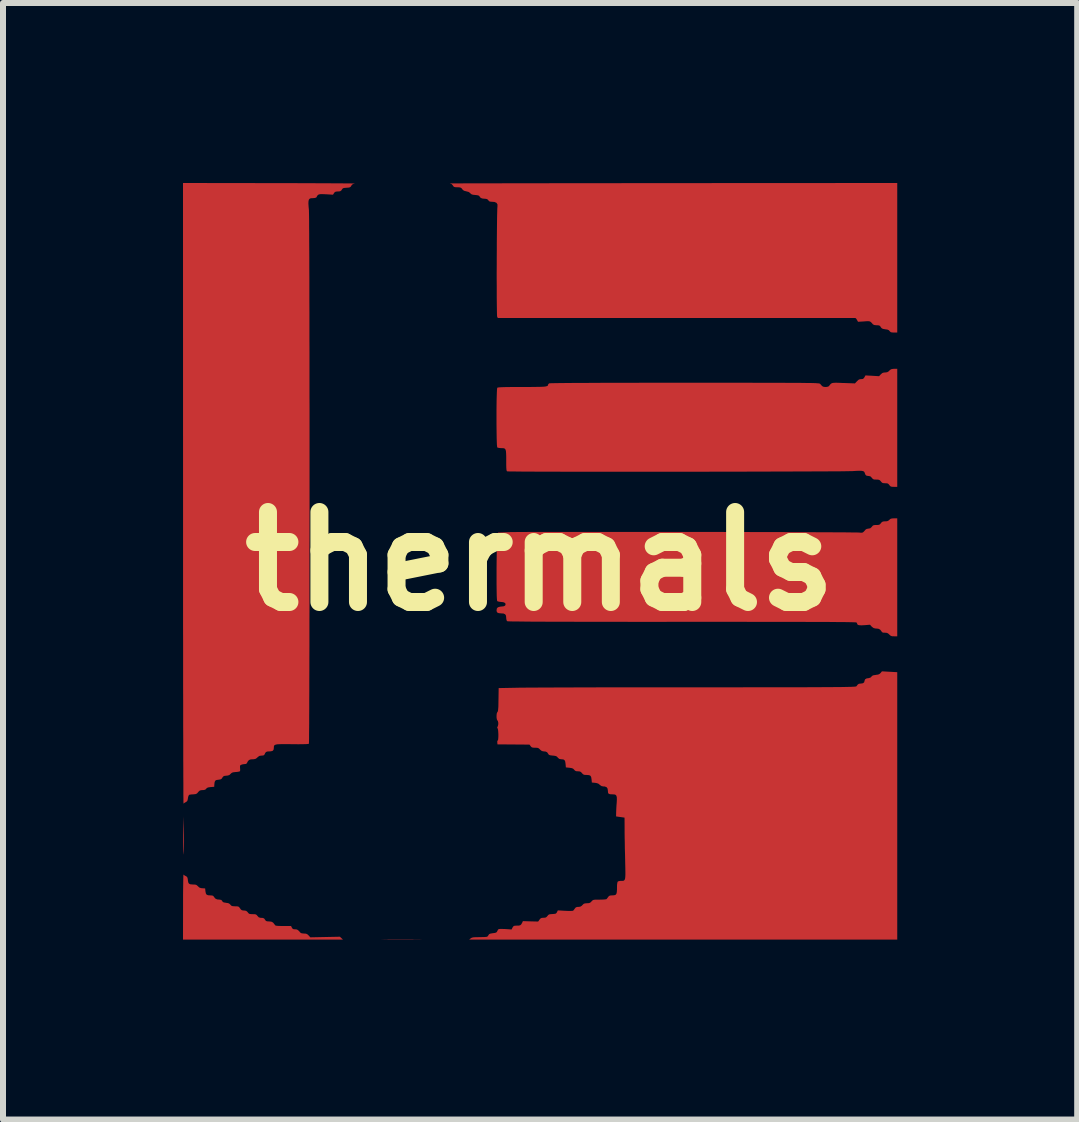
<source format=kicad_pcb>
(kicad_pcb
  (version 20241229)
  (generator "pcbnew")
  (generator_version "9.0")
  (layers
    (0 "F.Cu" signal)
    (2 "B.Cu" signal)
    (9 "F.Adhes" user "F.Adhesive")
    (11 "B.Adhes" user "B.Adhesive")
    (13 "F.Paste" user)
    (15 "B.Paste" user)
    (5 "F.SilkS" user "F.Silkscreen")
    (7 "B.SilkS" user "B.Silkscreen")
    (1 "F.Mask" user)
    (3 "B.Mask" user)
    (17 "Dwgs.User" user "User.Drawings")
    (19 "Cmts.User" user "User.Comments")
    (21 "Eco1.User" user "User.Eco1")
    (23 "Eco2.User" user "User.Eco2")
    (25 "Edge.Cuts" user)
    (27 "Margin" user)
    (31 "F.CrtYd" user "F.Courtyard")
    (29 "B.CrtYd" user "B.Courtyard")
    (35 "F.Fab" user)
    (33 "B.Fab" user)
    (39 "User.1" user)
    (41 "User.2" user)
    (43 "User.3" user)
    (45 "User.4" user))
  (footprint "thermals"
    (layer "F.Cu")
    (at 5.952 6.305)
    (property "Reference" "thermals" (at 0 0 0) (layer "F.SilkS") (effects (font (size 1.5 1.5) (thickness 0.3))))
    (attr board_only exclude_from_pos_files exclude_from_bom)
    (fp_poly (pts (xy -5.939 4.455) (xy -5.936 4.561) (xy -5.935 4.664) (xy -5.937 4.758) (xy -5.939 4.808) (xy -5.942 4.846) (xy -5.944 4.872) (xy -5.945 4.885) (xy -5.946 4.885) (xy -5.947 4.871) (xy -5.948 4.84) (xy -5.948 4.793) (xy -5.948 4.728) (xy -5.948 4.645) (xy -5.948 4.605) (xy -5.948 4.252)) (stroke (width 0) (type solid)) (fill yes) (layer "F.Cu"))
    (fp_poly (pts (xy -2.16 6.296) (xy -2.061 6.297) (xy -2.024 6.297) (xy -1.984 6.298) (xy -1.964 6.298) (xy -1.962 6.298) (xy -1.978 6.299) (xy -2.011 6.299) (xy -2.06 6.299) (xy -2.125 6.3) (xy -2.204 6.3) (xy -2.297 6.3) (xy -2.305 6.3) (xy -2.399 6.3) (xy -2.479 6.3) (xy -2.544 6.3) (xy -2.594 6.299) (xy -2.628 6.299) (xy -2.644 6.299) (xy -2.643 6.298) (xy -2.623 6.298) (xy -2.584 6.297) (xy -2.579 6.297) (xy -2.485 6.296) (xy -2.379 6.296) (xy -2.268 6.296)) (stroke (width 0) (type solid)) (fill yes) (layer "F.Cu"))
    (fp_poly (pts (xy -5.93 5.233) (xy -5.907 5.246) (xy -5.906 5.246) (xy -5.888 5.257) (xy -5.878 5.273) (xy -5.872 5.299) (xy -5.871 5.314) (xy -5.865 5.35) (xy -5.853 5.372) (xy -5.831 5.383) (xy -5.795 5.386) (xy -5.783 5.387) (xy -5.749 5.388) (xy -5.727 5.395) (xy -5.708 5.411) (xy -5.703 5.416) (xy -5.68 5.437) (xy -5.651 5.447) (xy -5.63 5.449) (xy -5.583 5.452) (xy -5.578 5.501) (xy -5.571 5.536) (xy -5.558 5.556) (xy -5.533 5.566) (xy -5.495 5.568) (xy -5.465 5.57) (xy -5.448 5.577) (xy -5.436 5.592) (xy -5.433 5.597) (xy -5.413 5.621) (xy -5.384 5.635) (xy -5.34 5.639) (xy -5.314 5.644) (xy -5.298 5.663) (xy -5.288 5.678) (xy -5.269 5.686) (xy -5.237 5.691) (xy -5.234 5.692) (xy -5.199 5.697) (xy -5.177 5.708) (xy -5.162 5.723) (xy -5.149 5.738) (xy -5.132 5.746) (xy -5.106 5.749) (xy -5.083 5.75) (xy -5.049 5.751) (xy -5.028 5.755) (xy -5.015 5.765) (xy -5.006 5.778) (xy -4.987 5.804) (xy -4.969 5.816) (xy -4.942 5.82) (xy -4.931 5.82) (xy -4.901 5.825) (xy -4.88 5.841) (xy -4.872 5.851) (xy -4.858 5.868) (xy -4.843 5.877) (xy -4.819 5.88) (xy -4.792 5.881) (xy -4.757 5.882) (xy -4.736 5.886) (xy -4.722 5.897) (xy -4.711 5.911) (xy -4.69 5.933) (xy -4.665 5.941) (xy -4.652 5.942) (xy -4.619 5.944) (xy -4.598 5.955) (xy -4.582 5.977) (xy -4.581 5.979) (xy -4.57 5.993) (xy -4.552 6) (xy -4.521 6.002) (xy -4.519 6.002) (xy -4.479 6.006) (xy -4.451 6.021) (xy -4.427 6.051) (xy -4.422 6.058) (xy -4.416 6.066) (xy -4.405 6.072) (xy -4.387 6.075) (xy -4.357 6.077) (xy -4.313 6.078) (xy -4.281 6.078) (xy -4.151 6.078) (xy -4.138 6.105) (xy -4.125 6.124) (xy -4.107 6.132) (xy -4.085 6.133) (xy -4.06 6.135) (xy -4.041 6.143) (xy -4.021 6.16) (xy -3.997 6.188) (xy -3.975 6.2) (xy -3.936 6.204) (xy -3.935 6.204) (xy -3.903 6.206) (xy -3.881 6.215) (xy -3.86 6.234) (xy -3.859 6.235) (xy -3.83 6.267) (xy -3.584 6.262) (xy -3.337 6.257) (xy -3.311 6.281) (xy -3.286 6.305) (xy -4.619 6.305) (xy -5.952 6.305) (xy -5.951 5.757) (xy -5.951 5.655) (xy -5.951 5.559) (xy -5.95 5.471) (xy -5.949 5.394) (xy -5.948 5.329) (xy -5.947 5.278) (xy -5.946 5.242) (xy -5.945 5.223) (xy -5.944 5.221)) (stroke (width 0) (type solid)) (fill yes) (layer "F.Cu"))
    (fp_poly (pts (xy 5.952 -5.059) (xy 5.952 -3.813) (xy 5.896 -3.813) (xy 5.863 -3.814) (xy 5.842 -3.82) (xy 5.829 -3.832) (xy 5.825 -3.837) (xy 5.811 -3.852) (xy 5.788 -3.862) (xy 5.752 -3.867) (xy 5.718 -3.873) (xy 5.697 -3.881) (xy 5.683 -3.895) (xy 5.677 -3.904) (xy 5.665 -3.922) (xy 5.649 -3.931) (xy 5.624 -3.934) (xy 5.609 -3.934) (xy 5.568 -3.938) (xy 5.546 -3.95) (xy 5.546 -3.95) (xy 5.525 -3.975) (xy 5.509 -3.99) (xy 5.492 -3.999) (xy 5.469 -4.002) (xy 5.435 -4.001) (xy 5.398 -3.998) (xy 5.298 -3.992) (xy 5.281 -4.023) (xy 5.267 -4.045) (xy 5.254 -4.055) (xy 5.253 -4.055) (xy 5.242 -4.055) (xy 5.211 -4.055) (xy 5.162 -4.055) (xy 5.096 -4.055) (xy 5.012 -4.055) (xy 4.912 -4.055) (xy 4.797 -4.055) (xy 4.666 -4.055) (xy 4.523 -4.055) (xy 4.366 -4.055) (xy 4.196 -4.055) (xy 4.016 -4.055) (xy 3.824 -4.055) (xy 3.623 -4.055) (xy 3.413 -4.055) (xy 3.194 -4.055) (xy 2.968 -4.055) (xy 2.735 -4.055) (xy 2.496 -4.055) (xy 2.268 -4.055) (xy -0.705 -4.055) (xy -0.716 -4.076) (xy -0.718 -4.088) (xy -0.719 -4.12) (xy -0.72 -4.168) (xy -0.721 -4.23) (xy -0.722 -4.306) (xy -0.723 -4.394) (xy -0.723 -4.491) (xy -0.723 -4.596) (xy -0.724 -4.707) (xy -0.724 -4.822) (xy -0.723 -4.94) (xy -0.723 -5.058) (xy -0.722 -5.176) (xy -0.722 -5.291) (xy -0.721 -5.402) (xy -0.72 -5.506) (xy -0.719 -5.602) (xy -0.718 -5.689) (xy -0.717 -5.764) (xy -0.715 -5.826) (xy -0.714 -5.873) (xy -0.712 -5.903) (xy -0.711 -5.913) (xy -0.711 -5.949) (xy -0.728 -5.975) (xy -0.761 -5.989) (xy -0.797 -5.992) (xy -0.829 -5.994) (xy -0.848 -6) (xy -0.862 -6.015) (xy -0.863 -6.017) (xy -0.882 -6.036) (xy -0.909 -6.042) (xy -0.917 -6.042) (xy -0.96 -6.046) (xy -0.989 -6.056) (xy -1.005 -6.074) (xy -1.007 -6.077) (xy -1.016 -6.09) (xy -1.031 -6.098) (xy -1.058 -6.103) (xy -1.08 -6.105) (xy -1.118 -6.109) (xy -1.142 -6.116) (xy -1.159 -6.129) (xy -1.164 -6.135) (xy -1.192 -6.156) (xy -1.23 -6.166) (xy -1.265 -6.175) (xy -1.286 -6.188) (xy -1.288 -6.19) (xy -1.307 -6.215) (xy -1.325 -6.228) (xy -1.35 -6.233) (xy -1.38 -6.234) (xy -1.413 -6.235) (xy -1.433 -6.24) (xy -1.446 -6.25) (xy -1.454 -6.264) (xy -1.476 -6.288) (xy -1.505 -6.297) (xy -1.497 -6.298) (xy -1.47 -6.298) (xy -1.424 -6.298) (xy -1.361 -6.298) (xy -1.279 -6.299) (xy -1.181 -6.299) (xy -1.067 -6.299) (xy -0.938 -6.3) (xy -0.794 -6.3) (xy -0.636 -6.3) (xy -0.465 -6.301) (xy -0.281 -6.301) (xy -0.086 -6.301) (xy 0.121 -6.301) (xy 0.338 -6.302) (xy 0.565 -6.302) (xy 0.801 -6.302) (xy 1.046 -6.302) (xy 1.298 -6.302) (xy 1.557 -6.303) (xy 1.823 -6.303) (xy 2.094 -6.303) (xy 2.207 -6.303) (xy 5.952 -6.305)) (stroke (width 0) (type solid)) (fill yes) (layer "F.Cu"))
    (fp_poly (pts (xy 5.952 0.267) (xy 5.952 1.251) (xy 5.899 1.25) (xy 5.865 1.249) (xy 5.843 1.241) (xy 5.824 1.225) (xy 5.819 1.22) (xy 5.798 1.201) (xy 5.774 1.192) (xy 5.746 1.19) (xy 5.716 1.189) (xy 5.699 1.181) (xy 5.687 1.165) (xy 5.685 1.161) (xy 5.666 1.138) (xy 5.638 1.124) (xy 5.596 1.12) (xy 5.59 1.12) (xy 5.559 1.113) (xy 5.53 1.092) (xy 5.527 1.089) (xy 5.498 1.057) (xy 5.413 1.064) (xy 5.356 1.067) (xy 5.316 1.065) (xy 5.293 1.058) (xy 5.286 1.045) (xy 5.286 1.045) (xy 5.279 1.027) (xy 5.272 1.02) (xy 5.265 1.018) (xy 5.249 1.017) (xy 5.223 1.016) (xy 5.186 1.015) (xy 5.138 1.014) (xy 5.078 1.013) (xy 5.005 1.013) (xy 4.92 1.012) (xy 4.821 1.011) (xy 4.709 1.011) (xy 4.582 1.01) (xy 4.44 1.01) (xy 4.282 1.009) (xy 4.109 1.009) (xy 3.919 1.009) (xy 3.712 1.009) (xy 3.488 1.009) (xy 3.246 1.008) (xy 2.985 1.008) (xy 2.705 1.008) (xy 2.406 1.008) (xy 2.36 1.008) (xy 2.055 1.009) (xy 1.77 1.009) (xy 1.504 1.009) (xy 1.256 1.008) (xy 1.027 1.008) (xy 0.816 1.008) (xy 0.622 1.008) (xy 0.444 1.007) (xy 0.284 1.007) (xy 0.138 1.007) (xy 0.009 1.006) (xy -0.106 1.006) (xy -0.207 1.005) (xy -0.293 1.004) (xy -0.367 1.003) (xy -0.427 1.003) (xy -0.475 1.002) (xy -0.51 1.001) (xy -0.535 1) (xy -0.548 0.998) (xy -0.551 0.998) (xy -0.56 0.98) (xy -0.565 0.951) (xy -0.565 0.943) (xy -0.569 0.905) (xy -0.584 0.882) (xy -0.612 0.87) (xy -0.649 0.868) (xy -0.69 0.864) (xy -0.714 0.854) (xy -0.725 0.833) (xy -0.726 0.817) (xy -0.721 0.786) (xy -0.704 0.767) (xy -0.671 0.757) (xy -0.647 0.754) (xy -0.608 0.75) (xy -0.587 0.74) (xy -0.581 0.734) (xy -0.575 0.711) (xy -0.587 0.693) (xy -0.616 0.681) (xy -0.646 0.678) (xy -0.679 0.674) (xy -0.705 0.668) (xy -0.713 0.664) (xy -0.717 0.657) (xy -0.719 0.642) (xy -0.721 0.616) (xy -0.723 0.579) (xy -0.724 0.528) (xy -0.725 0.463) (xy -0.726 0.382) (xy -0.726 0.282) (xy -0.726 0.208) (xy -0.726 0.099) (xy -0.725 0.003) (xy -0.724 -0.08) (xy -0.723 -0.147) (xy -0.721 -0.199) (xy -0.719 -0.232) (xy -0.717 -0.247) (xy -0.717 -0.248) (xy -0.712 -0.261) (xy -0.709 -0.29) (xy -0.705 -0.331) (xy -0.704 -0.368) (xy -0.701 -0.479) (xy -0.523 -0.486) (xy -0.496 -0.487) (xy -0.45 -0.487) (xy -0.387 -0.488) (xy -0.308 -0.488) (xy -0.212 -0.489) (xy -0.102 -0.489) (xy 0.021 -0.489) (xy 0.158 -0.49) (xy 0.306 -0.49) (xy 0.464 -0.49) (xy 0.633 -0.49) (xy 0.81 -0.49) (xy 0.995 -0.49) (xy 1.187 -0.49) (xy 1.385 -0.49) (xy 1.587 -0.49) (xy 1.793 -0.49) (xy 2.002 -0.49) (xy 2.213 -0.49) (xy 2.425 -0.489) (xy 2.636 -0.489) (xy 2.846 -0.489) (xy 3.055 -0.489) (xy 3.26 -0.488) (xy 3.461 -0.488) (xy 3.657 -0.487) (xy 3.847 -0.487) (xy 4.03 -0.487) (xy 4.205 -0.486) (xy 4.371 -0.486) (xy 4.526 -0.485) (xy 4.671 -0.484) (xy 4.804 -0.484) (xy 4.924 -0.483) (xy 5.03 -0.483) (xy 5.121 -0.482) (xy 5.196 -0.481) (xy 5.254 -0.481) (xy 5.294 -0.48) (xy 5.315 -0.479) (xy 5.318 -0.479) (xy 5.349 -0.476) (xy 5.371 -0.478) (xy 5.388 -0.488) (xy 5.408 -0.509) (xy 5.425 -0.529) (xy 5.444 -0.54) (xy 5.471 -0.545) (xy 5.472 -0.545) (xy 5.501 -0.55) (xy 5.522 -0.568) (xy 5.528 -0.575) (xy 5.543 -0.593) (xy 5.56 -0.602) (xy 5.585 -0.605) (xy 5.604 -0.605) (xy 5.636 -0.606) (xy 5.657 -0.612) (xy 5.672 -0.625) (xy 5.679 -0.636) (xy 5.696 -0.654) (xy 5.714 -0.663) (xy 5.743 -0.666) (xy 5.749 -0.666) (xy 5.783 -0.668) (xy 5.807 -0.679) (xy 5.82 -0.691) (xy 5.839 -0.707) (xy 5.862 -0.714) (xy 5.896 -0.716) (xy 5.898 -0.716) (xy 5.952 -0.716)) (stroke (width 0) (type solid)) (fill yes) (layer "F.Cu"))
    (fp_poly (pts (xy 5.952 -2.224) (xy 5.952 -1.241) (xy 5.897 -1.241) (xy 5.864 -1.242) (xy 5.843 -1.247) (xy 5.829 -1.26) (xy 5.82 -1.271) (xy 5.804 -1.29) (xy 5.786 -1.299) (xy 5.758 -1.301) (xy 5.75 -1.301) (xy 5.718 -1.303) (xy 5.699 -1.31) (xy 5.683 -1.327) (xy 5.679 -1.332) (xy 5.664 -1.349) (xy 5.648 -1.358) (xy 5.622 -1.362) (xy 5.604 -1.362) (xy 5.571 -1.363) (xy 5.55 -1.369) (xy 5.536 -1.382) (xy 5.528 -1.392) (xy 5.506 -1.415) (xy 5.479 -1.422) (xy 5.474 -1.422) (xy 5.442 -1.426) (xy 5.424 -1.439) (xy 5.413 -1.465) (xy 5.407 -1.482) (xy 5.398 -1.495) (xy 5.382 -1.503) (xy 5.356 -1.508) (xy 5.318 -1.509) (xy 5.266 -1.507) (xy 5.203 -1.503) (xy 5.18 -1.503) (xy 5.138 -1.502) (xy 5.079 -1.501) (xy 5.004 -1.5) (xy 4.912 -1.5) (xy 4.806 -1.499) (xy 4.686 -1.498) (xy 4.553 -1.498) (xy 4.409 -1.497) (xy 4.254 -1.497) (xy 4.089 -1.496) (xy 3.915 -1.496) (xy 3.733 -1.495) (xy 3.545 -1.495) (xy 3.35 -1.494) (xy 3.151 -1.494) (xy 2.948 -1.494) (xy 2.742 -1.493) (xy 2.534 -1.493) (xy 2.324 -1.493) (xy 2.115 -1.493) (xy 1.907 -1.493) (xy 1.701 -1.493) (xy 1.498 -1.493) (xy 1.299 -1.493) (xy 1.105 -1.493) (xy 0.917 -1.493) (xy 0.735 -1.493) (xy 0.562 -1.493) (xy 0.397 -1.493) (xy 0.242 -1.494) (xy 0.098 -1.494) (xy -0.034 -1.494) (xy -0.153 -1.495) (xy -0.259 -1.495) (xy -0.349 -1.496) (xy -0.424 -1.497) (xy -0.483 -1.497) (xy -0.523 -1.498) (xy -0.545 -1.499) (xy -0.549 -1.499) (xy -0.555 -1.504) (xy -0.559 -1.515) (xy -0.562 -1.534) (xy -0.564 -1.565) (xy -0.565 -1.611) (xy -0.565 -1.674) (xy -0.565 -1.68) (xy -0.565 -1.749) (xy -0.567 -1.801) (xy -0.57 -1.838) (xy -0.577 -1.862) (xy -0.588 -1.877) (xy -0.605 -1.884) (xy -0.628 -1.886) (xy -0.649 -1.886) (xy -0.682 -1.889) (xy -0.706 -1.894) (xy -0.714 -1.898) (xy -0.717 -1.911) (xy -0.72 -1.942) (xy -0.722 -1.988) (xy -0.724 -2.047) (xy -0.725 -2.116) (xy -0.726 -2.194) (xy -0.727 -2.277) (xy -0.727 -2.363) (xy -0.727 -2.451) (xy -0.727 -2.537) (xy -0.726 -2.619) (xy -0.725 -2.694) (xy -0.723 -2.761) (xy -0.721 -2.817) (xy -0.719 -2.859) (xy -0.716 -2.885) (xy -0.714 -2.893) (xy -0.705 -2.896) (xy -0.685 -2.899) (xy -0.652 -2.901) (xy -0.605 -2.903) (xy -0.542 -2.904) (xy -0.462 -2.905) (xy -0.365 -2.905) (xy -0.305 -2.905) (xy -0.199 -2.905) (xy -0.112 -2.906) (xy -0.042 -2.907) (xy 0.014 -2.908) (xy 0.056 -2.91) (xy 0.087 -2.913) (xy 0.108 -2.918) (xy 0.122 -2.923) (xy 0.129 -2.93) (xy 0.131 -2.938) (xy 0.131 -2.94) (xy 0.139 -2.956) (xy 0.151 -2.965) (xy 0.162 -2.967) (xy 0.192 -2.968) (xy 0.239 -2.969) (xy 0.305 -2.97) (xy 0.389 -2.971) (xy 0.492 -2.972) (xy 0.613 -2.973) (xy 0.754 -2.973) (xy 0.913 -2.974) (xy 1.091 -2.975) (xy 1.289 -2.975) (xy 1.507 -2.975) (xy 1.744 -2.976) (xy 2 -2.976) (xy 2.277 -2.976) (xy 2.41 -2.976) (xy 2.661 -2.976) (xy 2.892 -2.976) (xy 3.104 -2.976) (xy 3.299 -2.976) (xy 3.477 -2.976) (xy 3.638 -2.975) (xy 3.784 -2.975) (xy 3.915 -2.975) (xy 4.033 -2.975) (xy 4.137 -2.974) (xy 4.229 -2.974) (xy 4.31 -2.974) (xy 4.379 -2.973) (xy 4.439 -2.972) (xy 4.49 -2.972) (xy 4.532 -2.971) (xy 4.567 -2.97) (xy 4.595 -2.969) (xy 4.617 -2.967) (xy 4.634 -2.966) (xy 4.646 -2.965) (xy 4.655 -2.963) (xy 4.661 -2.961) (xy 4.665 -2.959) (xy 4.667 -2.957) (xy 4.668 -2.956) (xy 4.687 -2.935) (xy 4.699 -2.921) (xy 4.719 -2.91) (xy 4.749 -2.905) (xy 4.781 -2.907) (xy 4.807 -2.915) (xy 4.814 -2.921) (xy 4.83 -2.941) (xy 4.843 -2.956) (xy 4.857 -2.966) (xy 4.874 -2.972) (xy 4.897 -2.975) (xy 4.931 -2.976) (xy 4.977 -2.975) (xy 5.04 -2.972) (xy 5.056 -2.972) (xy 5.247 -2.965) (xy 5.28 -3) (xy 5.305 -3.024) (xy 5.329 -3.035) (xy 5.35 -3.036) (xy 5.378 -3.039) (xy 5.395 -3.052) (xy 5.405 -3.067) (xy 5.422 -3.098) (xy 5.536 -3.092) (xy 5.649 -3.085) (xy 5.678 -3.116) (xy 5.703 -3.138) (xy 5.73 -3.146) (xy 5.75 -3.147) (xy 5.783 -3.151) (xy 5.808 -3.165) (xy 5.82 -3.178) (xy 5.841 -3.196) (xy 5.863 -3.205) (xy 5.894 -3.208) (xy 5.9 -3.208) (xy 5.952 -3.208)) (stroke (width 0) (type solid)) (fill yes) (layer "F.Cu"))
    (fp_poly (pts (xy -4.496 -6.303) (xy -4.328 -6.303) (xy -4.165 -6.303) (xy -4.01 -6.302) (xy -3.863 -6.302) (xy -3.725 -6.301) (xy -3.598 -6.301) (xy -3.482 -6.3) (xy -3.379 -6.3) (xy -3.29 -6.299) (xy -3.215 -6.298) (xy -3.156 -6.298) (xy -3.114 -6.297) (xy -3.091 -6.296) (xy -3.086 -6.296) (xy -3.086 -6.296) (xy -3.117 -6.288) (xy -3.137 -6.275) (xy -3.147 -6.259) (xy -3.158 -6.242) (xy -3.172 -6.233) (xy -3.194 -6.228) (xy -3.226 -6.226) (xy -3.262 -6.223) (xy -3.284 -6.218) (xy -3.296 -6.207) (xy -3.3 -6.201) (xy -3.315 -6.179) (xy -3.334 -6.167) (xy -3.364 -6.164) (xy -3.376 -6.164) (xy -3.406 -6.161) (xy -3.425 -6.15) (xy -3.435 -6.137) (xy -3.452 -6.11) (xy -3.565 -6.117) (xy -3.616 -6.119) (xy -3.652 -6.12) (xy -3.676 -6.117) (xy -3.692 -6.112) (xy -3.7 -6.108) (xy -3.716 -6.091) (xy -3.722 -6.078) (xy -3.731 -6.063) (xy -3.757 -6.055) (xy -3.793 -6.052) (xy -3.82 -6.051) (xy -3.84 -6.044) (xy -3.853 -6.029) (xy -3.86 -6.005) (xy -3.862 -5.967) (xy -3.859 -5.915) (xy -3.853 -5.851) (xy -3.853 -5.833) (xy -3.852 -5.796) (xy -3.851 -5.74) (xy -3.85 -5.667) (xy -3.85 -5.578) (xy -3.849 -5.472) (xy -3.849 -5.351) (xy -3.848 -5.216) (xy -3.847 -5.067) (xy -3.847 -4.906) (xy -3.846 -4.732) (xy -3.846 -4.547) (xy -3.846 -4.352) (xy -3.845 -4.147) (xy -3.845 -3.933) (xy -3.845 -3.711) (xy -3.844 -3.482) (xy -3.844 -3.246) (xy -3.844 -3.005) (xy -3.844 -2.758) (xy -3.843 -2.508) (xy -3.843 -2.254) (xy -3.843 -1.997) (xy -3.843 -1.739) (xy -3.843 -1.48) (xy -3.843 -1.22) (xy -3.843 -0.961) (xy -3.843 -0.704) (xy -3.843 -0.448) (xy -3.844 -0.196) (xy -3.844 0.053) (xy -3.844 0.298) (xy -3.844 0.537) (xy -3.844 0.77) (xy -3.845 0.996) (xy -3.845 1.214) (xy -3.845 1.424) (xy -3.846 1.625) (xy -3.846 1.816) (xy -3.847 1.996) (xy -3.847 2.165) (xy -3.848 2.321) (xy -3.848 2.464) (xy -3.849 2.593) (xy -3.849 2.707) (xy -3.85 2.806) (xy -3.851 2.889) (xy -3.851 2.954) (xy -3.852 3.002) (xy -3.853 3.031) (xy -3.854 3.041) (xy -3.868 3.044) (xy -3.902 3.047) (xy -3.955 3.048) (xy -4.028 3.049) (xy -4.121 3.048) (xy -4.135 3.048) (xy -4.221 3.047) (xy -4.289 3.047) (xy -4.341 3.048) (xy -4.379 3.05) (xy -4.406 3.055) (xy -4.423 3.062) (xy -4.433 3.072) (xy -4.437 3.085) (xy -4.438 3.102) (xy -4.438 3.111) (xy -4.443 3.141) (xy -4.458 3.159) (xy -4.488 3.167) (xy -4.509 3.168) (xy -4.545 3.17) (xy -4.568 3.178) (xy -4.582 3.195) (xy -4.589 3.211) (xy -4.599 3.228) (xy -4.614 3.236) (xy -4.641 3.238) (xy -4.674 3.242) (xy -4.699 3.257) (xy -4.711 3.268) (xy -4.737 3.29) (xy -4.767 3.298) (xy -4.778 3.299) (xy -4.822 3.301) (xy -4.85 3.311) (xy -4.869 3.329) (xy -4.877 3.345) (xy -4.89 3.369) (xy -4.907 3.378) (xy -4.921 3.379) (xy -4.954 3.383) (xy -4.979 3.39) (xy -4.995 3.398) (xy -5.002 3.41) (xy -5.002 3.433) (xy -5.001 3.444) (xy -4.999 3.473) (xy -5.001 3.494) (xy -5.002 3.498) (xy -5.015 3.504) (xy -5.041 3.509) (xy -5.073 3.512) (xy -5.111 3.516) (xy -5.135 3.523) (xy -5.151 3.535) (xy -5.159 3.543) (xy -5.178 3.561) (xy -5.203 3.57) (xy -5.23 3.573) (xy -5.261 3.576) (xy -5.28 3.585) (xy -5.293 3.601) (xy -5.296 3.606) (xy -5.31 3.626) (xy -5.328 3.635) (xy -5.358 3.64) (xy -5.359 3.64) (xy -5.394 3.645) (xy -5.415 3.657) (xy -5.425 3.681) (xy -5.429 3.712) (xy -5.432 3.758) (xy -5.492 3.763) (xy -5.529 3.768) (xy -5.551 3.776) (xy -5.565 3.79) (xy -5.566 3.791) (xy -5.581 3.806) (xy -5.605 3.812) (xy -5.625 3.813) (xy -5.652 3.815) (xy -5.672 3.821) (xy -5.691 3.837) (xy -5.716 3.866) (xy -5.717 3.868) (xy -5.739 3.879) (xy -5.778 3.884) (xy -5.783 3.884) (xy -5.816 3.886) (xy -5.842 3.89) (xy -5.85 3.893) (xy -5.86 3.908) (xy -5.868 3.935) (xy -5.87 3.951) (xy -5.876 3.982) (xy -5.885 4) (xy -5.904 4.012) (xy -5.906 4.014) (xy -5.929 4.027) (xy -5.944 4.039) (xy -5.944 4.039) (xy -5.944 4.03) (xy -5.945 4.001) (xy -5.945 3.953) (xy -5.946 3.887) (xy -5.946 3.803) (xy -5.946 3.701) (xy -5.947 3.584) (xy -5.947 3.45) (xy -5.948 3.3) (xy -5.948 3.136) (xy -5.948 2.958) (xy -5.949 2.766) (xy -5.949 2.561) (xy -5.949 2.343) (xy -5.95 2.114) (xy -5.95 1.874) (xy -5.95 1.622) (xy -5.95 1.361) (xy -5.951 1.09) (xy -5.951 0.81) (xy -5.951 0.523) (xy -5.951 0.227) (xy -5.951 -0.076) (xy -5.951 -0.385) (xy -5.951 -0.7) (xy -5.951 -1.021) (xy -5.951 -1.127) (xy -5.952 -6.305)) (stroke (width 0) (type solid)) (fill yes) (layer "F.Cu"))
    (fp_poly (pts (xy 5.824 1.841) (xy 5.952 1.848) (xy 5.952 4.077) (xy 5.952 6.305) (xy 2.384 6.305) (xy -1.183 6.305) (xy -1.157 6.284) (xy -1.144 6.276) (xy -1.127 6.27) (xy -1.102 6.266) (xy -1.066 6.265) (xy -1.015 6.264) (xy -1.012 6.264) (xy -0.964 6.263) (xy -0.924 6.262) (xy -0.895 6.259) (xy -0.882 6.257) (xy -0.868 6.242) (xy -0.859 6.227) (xy -0.848 6.213) (xy -0.828 6.205) (xy -0.794 6.199) (xy -0.786 6.198) (xy -0.751 6.193) (xy -0.731 6.186) (xy -0.72 6.175) (xy -0.715 6.165) (xy -0.703 6.142) (xy -0.693 6.131) (xy -0.678 6.128) (xy -0.648 6.127) (xy -0.608 6.128) (xy -0.578 6.129) (xy -0.476 6.136) (xy -0.46 6.104) (xy -0.448 6.086) (xy -0.435 6.076) (xy -0.412 6.073) (xy -0.391 6.072) (xy -0.353 6.071) (xy -0.33 6.065) (xy -0.315 6.051) (xy -0.301 6.027) (xy -0.287 5.997) (xy -0.16 6.001) (xy -0.033 6.004) (xy -0.011 5.973) (xy 0.007 5.952) (xy 0.027 5.943) (xy 0.055 5.941) (xy 0.086 5.939) (xy 0.106 5.929) (xy 0.121 5.912) (xy 0.135 5.895) (xy 0.151 5.885) (xy 0.176 5.881) (xy 0.205 5.879) (xy 0.24 5.876) (xy 0.26 5.872) (xy 0.272 5.862) (xy 0.281 5.847) (xy 0.295 5.818) (xy 0.417 5.825) (xy 0.465 5.827) (xy 0.506 5.827) (xy 0.536 5.826) (xy 0.55 5.823) (xy 0.55 5.823) (xy 0.562 5.81) (xy 0.578 5.788) (xy 0.578 5.788) (xy 0.594 5.769) (xy 0.615 5.761) (xy 0.637 5.76) (xy 0.669 5.756) (xy 0.693 5.742) (xy 0.704 5.73) (xy 0.724 5.71) (xy 0.746 5.702) (xy 0.778 5.699) (xy 0.78 5.699) (xy 0.813 5.697) (xy 0.835 5.689) (xy 0.855 5.67) (xy 0.856 5.669) (xy 0.868 5.656) (xy 0.88 5.647) (xy 0.896 5.642) (xy 0.921 5.639) (xy 0.959 5.639) (xy 0.988 5.639) (xy 1.033 5.638) (xy 1.071 5.636) (xy 1.096 5.633) (xy 1.105 5.631) (xy 1.117 5.618) (xy 1.133 5.596) (xy 1.133 5.596) (xy 1.147 5.579) (xy 1.164 5.571) (xy 1.192 5.568) (xy 1.2 5.568) (xy 1.234 5.566) (xy 1.257 5.559) (xy 1.271 5.542) (xy 1.278 5.513) (xy 1.281 5.469) (xy 1.281 5.443) (xy 1.282 5.392) (xy 1.287 5.357) (xy 1.293 5.339) (xy 1.293 5.338) (xy 1.31 5.331) (xy 1.338 5.326) (xy 1.348 5.326) (xy 1.369 5.326) (xy 1.385 5.325) (xy 1.398 5.32) (xy 1.408 5.309) (xy 1.415 5.292) (xy 1.419 5.265) (xy 1.421 5.227) (xy 1.421 5.176) (xy 1.42 5.11) (xy 1.418 5.027) (xy 1.417 4.968) (xy 1.415 4.878) (xy 1.412 4.784) (xy 1.411 4.692) (xy 1.409 4.605) (xy 1.408 4.528) (xy 1.408 4.466) (xy 1.408 4.459) (xy 1.407 4.272) (xy 1.337 4.262) (xy 1.266 4.252) (xy 1.267 4.196) (xy 1.268 4.162) (xy 1.27 4.116) (xy 1.273 4.063) (xy 1.276 4.029) (xy 1.279 3.972) (xy 1.278 3.933) (xy 1.271 3.907) (xy 1.258 3.892) (xy 1.235 3.885) (xy 1.206 3.884) (xy 1.167 3.882) (xy 1.144 3.875) (xy 1.133 3.861) (xy 1.13 3.835) (xy 1.13 3.828) (xy 1.124 3.788) (xy 1.107 3.764) (xy 1.076 3.753) (xy 1.059 3.753) (xy 1.025 3.747) (xy 0.998 3.729) (xy 0.994 3.725) (xy 0.971 3.706) (xy 0.941 3.696) (xy 0.916 3.692) (xy 0.862 3.687) (xy 0.857 3.633) (xy 0.851 3.597) (xy 0.839 3.575) (xy 0.817 3.564) (xy 0.78 3.561) (xy 0.771 3.561) (xy 0.739 3.559) (xy 0.719 3.552) (xy 0.703 3.537) (xy 0.698 3.531) (xy 0.679 3.511) (xy 0.659 3.502) (xy 0.631 3.5) (xy 0.6 3.498) (xy 0.58 3.488) (xy 0.568 3.474) (xy 0.552 3.458) (xy 0.531 3.448) (xy 0.497 3.442) (xy 0.489 3.441) (xy 0.429 3.435) (xy 0.424 3.376) (xy 0.418 3.337) (xy 0.406 3.313) (xy 0.386 3.302) (xy 0.352 3.299) (xy 0.351 3.299) (xy 0.321 3.294) (xy 0.299 3.277) (xy 0.294 3.271) (xy 0.28 3.255) (xy 0.262 3.246) (xy 0.234 3.24) (xy 0.21 3.238) (xy 0.174 3.234) (xy 0.153 3.228) (xy 0.14 3.218) (xy 0.135 3.209) (xy 0.117 3.183) (xy 0.092 3.171) (xy 0.06 3.168) (xy 0.029 3.162) (xy 0.003 3.142) (xy -0.002 3.137) (xy -0.02 3.119) (xy -0.039 3.11) (xy -0.067 3.107) (xy -0.084 3.107) (xy -0.118 3.106) (xy -0.139 3.1) (xy -0.153 3.088) (xy -0.158 3.081) (xy -0.177 3.055) (xy -0.444 3.053) (xy -0.711 3.051) (xy -0.714 3.019) (xy -0.714 2.996) (xy -0.707 2.986) (xy -0.707 2.986) (xy -0.701 2.977) (xy -0.698 2.953) (xy -0.696 2.919) (xy -0.696 2.88) (xy -0.698 2.843) (xy -0.701 2.811) (xy -0.706 2.79) (xy -0.708 2.786) (xy -0.716 2.772) (xy -0.708 2.754) (xy -0.699 2.726) (xy -0.697 2.694) (xy -0.703 2.666) (xy -0.711 2.653) (xy -0.721 2.635) (xy -0.726 2.604) (xy -0.726 2.569) (xy -0.723 2.537) (xy -0.714 2.515) (xy -0.711 2.512) (xy -0.706 2.504) (xy -0.702 2.488) (xy -0.699 2.462) (xy -0.696 2.423) (xy -0.695 2.368) (xy -0.694 2.306) (xy -0.691 2.113) (xy -0.373 2.107) (xy -0.335 2.106) (xy -0.278 2.106) (xy -0.202 2.105) (xy -0.109 2.105) (xy -0.000373 2.104) (xy 0.124 2.104) (xy 0.263 2.103) (xy 0.415 2.103) (xy 0.58 2.102) (xy 0.756 2.102) (xy 0.942 2.101) (xy 1.138 2.101) (xy 1.343 2.101) (xy 1.555 2.101) (xy 1.774 2.1) (xy 1.998 2.1) (xy 2.227 2.1) (xy 2.46 2.1) (xy 2.602 2.1) (xy 2.876 2.1) (xy 3.131 2.1) (xy 3.366 2.1) (xy 3.584 2.099) (xy 3.785 2.099) (xy 3.968 2.099) (xy 4.136 2.099) (xy 4.289 2.099) (xy 4.428 2.099) (xy 4.552 2.098) (xy 4.664 2.098) (xy 4.764 2.097) (xy 4.851 2.097) (xy 4.929 2.096) (xy 4.996 2.096) (xy 5.053 2.095) (xy 5.102 2.094) (xy 5.143 2.093) (xy 5.177 2.093) (xy 5.204 2.091) (xy 5.225 2.09) (xy 5.242 2.089) (xy 5.254 2.088) (xy 5.262 2.086) (xy 5.268 2.085) (xy 5.271 2.083) (xy 5.273 2.081) (xy 5.293 2.055) (xy 5.311 2.042) (xy 5.335 2.038) (xy 5.345 2.038) (xy 5.381 2.032) (xy 5.401 2.016) (xy 5.407 1.991) (xy 5.416 1.967) (xy 5.441 1.952) (xy 5.476 1.947) (xy 5.506 1.938) (xy 5.521 1.923) (xy 5.535 1.908) (xy 5.557 1.899) (xy 5.592 1.894) (xy 5.595 1.893) (xy 5.632 1.888) (xy 5.656 1.878) (xy 5.674 1.862) (xy 5.675 1.861) (xy 5.697 1.834)) (stroke (width 0) (type solid)) (fill yes) (layer "F.Cu")))
  (gr_rect
    (start -3 -3)
    (end 14.903 15.609)
    (stroke (width 0.1) (type default))
    (fill no)
    (layer "Edge.Cuts")))
</source>
